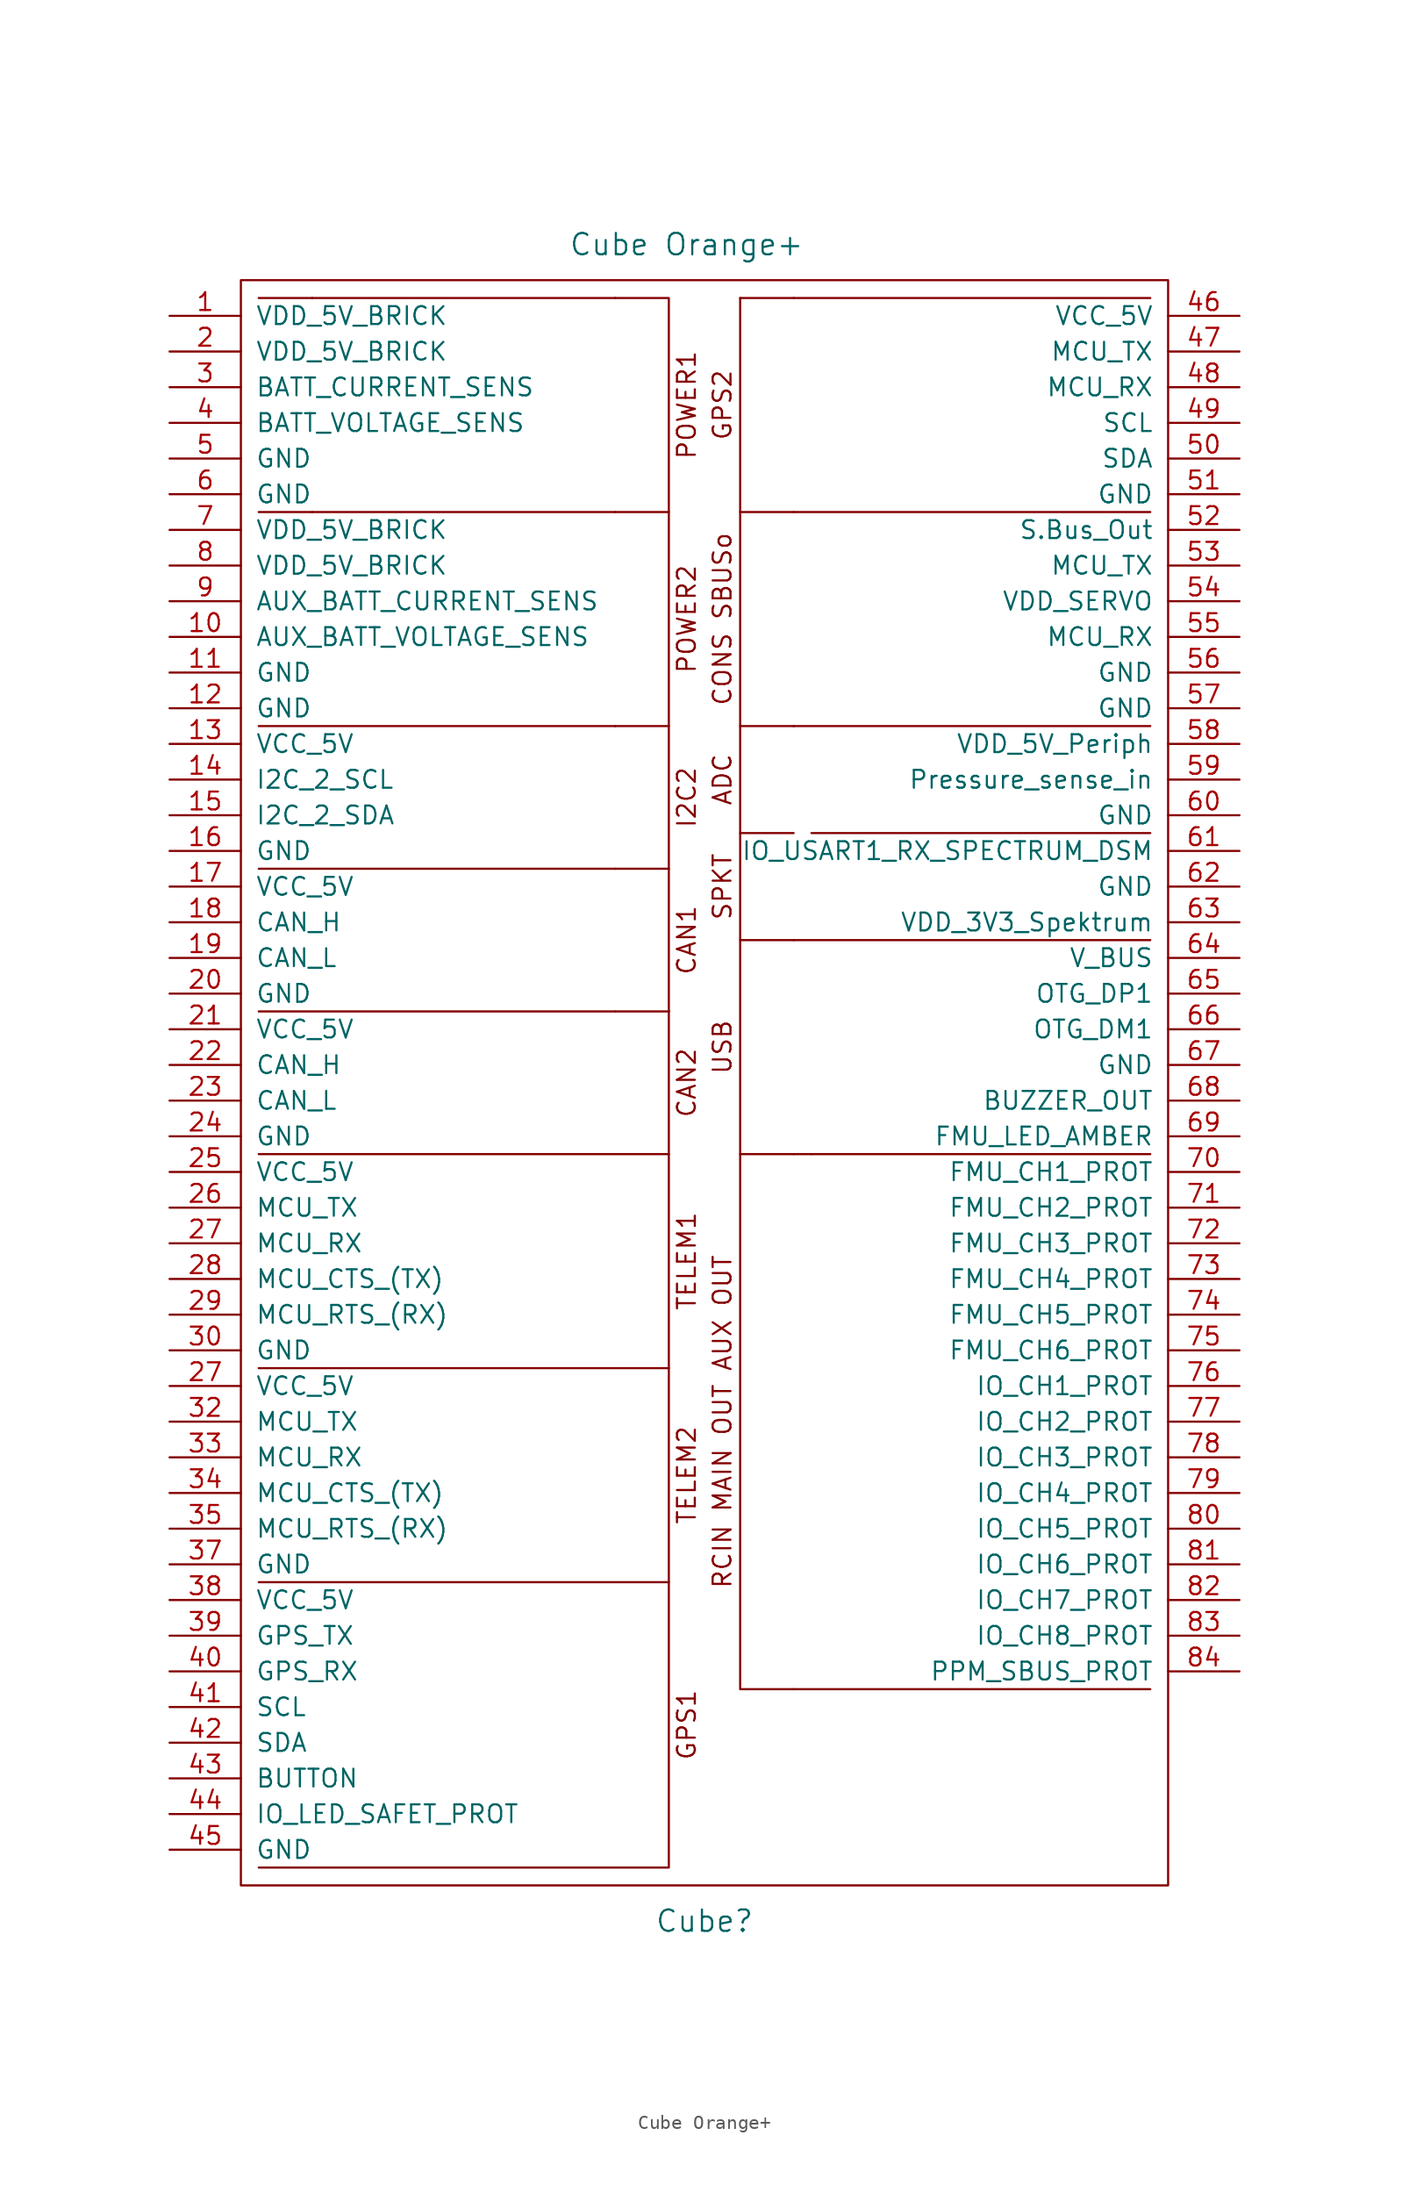
<source format=kicad_sym>
(kicad_symbol_lib
  (version 20231120)
  (generator "kicad_symbol_editor")
  (generator_version "8.0")
  (symbol "Cube Orange+"
    (pin_names
      (offset 1.016))
    (property "Reference" "Cube"
      (at 0 -66.04 0)
      (effects (font (size 1.524 1.524))))
    (property "Value" "Cube Orange+"
      (at -1.27 53.34 0)
      (effects (font (size 1.524 1.524))))
    (symbol "Cube Orange+_0_1"
      (rectangle (start -33.02 50.8) (end 33.02 -63.5) (stroke (width 0) (type solid)) (fill (type none)))
      (polyline (pts (xy -6.35 -1.27) (xy -2.54 -1.27)) (stroke (width 0) (type default)) (fill (type none)))
      (polyline (pts (xy 2.54 49.53) (xy 6.35 49.53)) (stroke (width 0) (type default)) (fill (type none)))
      (polyline (pts (xy -2.54 -41.91) (xy -2.54 -62.23) (xy -31.75 -62.23)) (stroke (width 0) (type default)) (fill (type none)))
      (polyline (pts (xy -2.54 -26.67) (xy -2.54 -41.91) (xy -31.75 -41.91)) (stroke (width 0) (type default)) (fill (type none)))
      (polyline (pts (xy -2.54 -11.43) (xy -2.54 -26.67) (xy -31.75 -26.67)) (stroke (width 0) (type default)) (fill (type none)))
      (polyline (pts (xy -2.54 -1.27) (xy -2.54 -11.43) (xy -31.75 -11.43)) (stroke (width 0) (type default)) (fill (type none)))
      (polyline (pts (xy -2.54 -1.27) (xy -2.54 8.89) (xy -6.35 8.89)) (stroke (width 0) (type default)) (fill (type none)))
      (polyline (pts (xy -2.54 8.89) (xy -2.54 19.05) (xy -6.35 19.05)) (stroke (width 0) (type default)) (fill (type none)))
      (polyline (pts (xy -2.54 19.05) (xy -2.54 34.29) (xy -6.35 34.29)) (stroke (width 0) (type default)) (fill (type none)))
      (polyline (pts (xy 2.54 -11.43) (xy 2.54 -49.53) (xy 6.35 -49.53)) (stroke (width 0) (type default)) (fill (type none)))
      (polyline (pts (xy 2.54 3.81) (xy 2.54 -11.43) (xy 6.35 -11.43)) (stroke (width 0) (type default)) (fill (type none)))
      (polyline (pts (xy 2.54 11.43) (xy 2.54 3.81) (xy 6.35 3.81)) (stroke (width 0) (type default)) (fill (type none)))
      (polyline (pts (xy 2.54 19.05) (xy 2.54 11.43) (xy 6.35 11.43)) (stroke (width 0) (type default)) (fill (type none)))
      (polyline (pts (xy 2.54 34.29) (xy 2.54 19.05) (xy 6.35 19.05)) (stroke (width 0) (type default)) (fill (type none)))
      (polyline (pts (xy 2.54 49.53) (xy 2.54 34.29) (xy 6.35 34.29)) (stroke (width 0) (type default)) (fill (type none)))
      (polyline (pts (xy -2.54 34.29) (xy -2.54 49.53) (xy -5.08 49.53) (xy -6.35 49.53)) (stroke (width 0) (type default)) (fill (type none))))
    (symbol "Cube Orange+_1_1"
      (polyline (pts (xy -27.94 34.29) (xy -31.75 34.29)) (stroke (width 0) (type default)) (fill (type none)))
      (polyline (pts (xy -27.94 49.53) (xy -31.75 49.53)) (stroke (width 0) (type default)) (fill (type none)))
      (polyline (pts (xy -6.35 -1.27) (xy -31.75 -1.27)) (stroke (width 0) (type default)) (fill (type none)))
      (polyline (pts (xy -6.35 8.89) (xy -31.75 8.89)) (stroke (width 0) (type default)) (fill (type none)))
      (polyline (pts (xy -6.35 19.05) (xy -31.75 19.05)) (stroke (width 0) (type default)) (fill (type none)))
      (polyline (pts (xy -6.35 34.29) (xy -27.94 34.29)) (stroke (width 0) (type default)) (fill (type none)))
      (polyline (pts (xy -6.35 49.53) (xy -27.94 49.53)) (stroke (width 0) (type default)) (fill (type none)))
      (polyline (pts (xy 6.35 -49.53) (xy 31.75 -49.53)) (stroke (width 0) (type default)) (fill (type none)))
      (polyline (pts (xy 6.35 3.81) (xy 31.75 3.81)) (stroke (width 0) (type default)) (fill (type none)))
      (polyline (pts (xy 6.35 19.05) (xy 31.75 19.05)) (stroke (width 0) (type default)) (fill (type none)))
      (polyline (pts (xy 6.35 34.29) (xy 31.75 34.29)) (stroke (width 0) (type default)) (fill (type none)))
      (polyline (pts (xy 6.35 49.53) (xy 31.75 49.53)) (stroke (width 0) (type default)) (fill (type none)))
      (polyline (pts (xy 7.62 -11.43) (xy 6.35 -11.43)) (stroke (width 0) (type default)) (fill (type none)))
      (polyline (pts (xy 7.62 11.43) (xy 31.75 11.43)) (stroke (width 0) (type default)) (fill (type none)))
      (polyline (pts (xy 7.62 -11.43) (xy 31.75 -11.43) (xy 30.48 -11.43) (xy 31.75 -11.43)) (stroke (width 0) (type default)) (fill (type none)))
      (text "ADC" (at 1.27 15.24 900) (effects (font (size 1.27 1.27))))
      (text "CAN1" (at -1.27 3.81 900) (effects (font (size 1.27 1.27))))
      (text "CAN2" (at -1.27 -6.35 900) (effects (font (size 1.27 1.27))))
      (text "CONS SBUSo" (at 1.27 26.67 900) (effects (font (size 1.27 1.27))))
      (text "GPS1" (at -1.27 -52.07 900) (effects (font (size 1.27 1.27))))
      (text "GPS2" (at 1.27 41.91 900) (effects (font (size 1.27 1.27))))
      (text "I2C2" (at -1.27 13.97 900) (effects (font (size 1.27 1.27))))
      (text "POWER1" (at -1.27 41.91 900) (effects (font (size 1.27 1.27))))
      (text "POWER2" (at -1.27 26.67 900) (effects (font (size 1.27 1.27))))
      (text "RCIN MAIN OUT AUX OUT" (at 1.27 -30.48 900) (effects (font (size 1.27 1.27))))
      (text "SPKT" (at 1.27 7.62 900) (effects (font (size 1.27 1.27))))
      (text "TELEM1" (at -1.27 -19.05 900) (effects (font (size 1.27 1.27))))
      (text "TELEM2" (at -1.27 -34.29 900) (effects (font (size 1.27 1.27))))
      (text "USB" (at 1.27 -3.81 900) (effects (font (size 1.27 1.27))))
      (pin input line (at -38.1 48.26 0) (length 5.08) (name "VDD_5V_BRICK" (effects (font (size 1.27 1.27)))) (number "1" (effects (font (size 1.27 1.27)))))
      (pin input line (at -38.1 25.4 0) (length 5.08) (name "AUX_BATT_VOLTAGE_SENS" (effects (font (size 1.27 1.27)))) (number "10" (effects (font (size 1.27 1.27)))))
      (pin unspecified line (at -38.1 22.86 0) (length 5.08) (name "GND" (effects (font (size 1.27 1.27)))) (number "11" (effects (font (size 1.27 1.27)))))
      (pin unspecified line (at -38.1 20.32 0) (length 5.08) (name "GND" (effects (font (size 1.27 1.27)))) (number "12" (effects (font (size 1.27 1.27)))))
      (pin output line (at -38.1 17.78 0) (length 5.08) (name "VCC_5V" (effects (font (size 1.27 1.27)))) (number "13" (effects (font (size 1.27 1.27)))))
      (pin bidirectional line (at -38.1 15.24 0) (length 5.08) (name "I2C_2_SCL" (effects (font (size 1.27 1.27)))) (number "14" (effects (font (size 1.27 1.27)))))
      (pin bidirectional line (at -38.1 12.7 0) (length 5.08) (name "I2C_2_SDA" (effects (font (size 1.27 1.27)))) (number "15" (effects (font (size 1.27 1.27)))))
      (pin unspecified line (at -38.1 10.16 0) (length 5.08) (name "GND" (effects (font (size 1.27 1.27)))) (number "16" (effects (font (size 1.27 1.27)))))
      (pin output line (at -38.1 7.62 0) (length 5.08) (name "VCC_5V" (effects (font (size 1.27 1.27)))) (number "17" (effects (font (size 1.27 1.27)))))
      (pin bidirectional line (at -38.1 5.08 0) (length 5.08) (name "CAN_H" (effects (font (size 1.27 1.27)))) (number "18" (effects (font (size 1.27 1.27)))))
      (pin bidirectional line (at -38.1 2.54 0) (length 5.08) (name "CAN_L" (effects (font (size 1.27 1.27)))) (number "19" (effects (font (size 1.27 1.27)))))
      (pin input line (at -38.1 45.72 0) (length 5.08) (name "VDD_5V_BRICK" (effects (font (size 1.27 1.27)))) (number "2" (effects (font (size 1.27 1.27)))))
      (pin unspecified line (at -38.1 0 0) (length 5.08) (name "GND" (effects (font (size 1.27 1.27)))) (number "20" (effects (font (size 1.27 1.27)))))
      (pin output line (at -38.1 -2.54 0) (length 5.08) (name "VCC_5V" (effects (font (size 1.27 1.27)))) (number "21" (effects (font (size 1.27 1.27)))))
      (pin bidirectional line (at -38.1 -5.08 0) (length 5.08) (name "CAN_H" (effects (font (size 1.27 1.27)))) (number "22" (effects (font (size 1.27 1.27)))))
      (pin bidirectional line (at -38.1 -7.62 0) (length 5.08) (name "CAN_L" (effects (font (size 1.27 1.27)))) (number "23" (effects (font (size 1.27 1.27)))))
      (pin unspecified line (at -38.1 -10.16 0) (length 5.08) (name "GND" (effects (font (size 1.27 1.27)))) (number "24" (effects (font (size 1.27 1.27)))))
      (pin output line (at -38.1 -12.7 0) (length 5.08) (name "VCC_5V" (effects (font (size 1.27 1.27)))) (number "25" (effects (font (size 1.27 1.27)))))
      (pin output line (at -38.1 -15.24 0) (length 5.08) (name "MCU_TX" (effects (font (size 1.27 1.27)))) (number "26" (effects (font (size 1.27 1.27)))))
      (pin input line (at -38.1 -17.78 0) (length 5.08) (name "MCU_RX" (effects (font (size 1.27 1.27)))) (number "27" (effects (font (size 1.27 1.27)))))
      (pin input line (at -38.1 -27.94 0) (length 5.08) (name "VCC_5V" (effects (font (size 1.27 1.27)))) (number "27" (effects (font (size 1.27 1.27)))))
      (pin output line (at -38.1 -20.32 0) (length 5.08) (name "MCU_CTS_(TX)" (effects (font (size 1.27 1.27)))) (number "28" (effects (font (size 1.27 1.27)))))
      (pin input line (at -38.1 -22.86 0) (length 5.08) (name "MCU_RTS_(RX)" (effects (font (size 1.27 1.27)))) (number "29" (effects (font (size 1.27 1.27)))))
      (pin input line (at -38.1 43.18 0) (length 5.08) (name "BATT_CURRENT_SENS" (effects (font (size 1.27 1.27)))) (number "3" (effects (font (size 1.27 1.27)))))
      (pin unspecified line (at -38.1 -25.4 0) (length 5.08) (name "GND" (effects (font (size 1.27 1.27)))) (number "30" (effects (font (size 1.27 1.27)))))
      (pin input line (at -38.1 -30.48 0) (length 5.08) (name "MCU_TX" (effects (font (size 1.27 1.27)))) (number "32" (effects (font (size 1.27 1.27)))))
      (pin output line (at -38.1 -33.02 0) (length 5.08) (name "MCU_RX" (effects (font (size 1.27 1.27)))) (number "33" (effects (font (size 1.27 1.27)))))
      (pin input line (at -38.1 -35.56 0) (length 5.08) (name "MCU_CTS_(TX)" (effects (font (size 1.27 1.27)))) (number "34" (effects (font (size 1.27 1.27)))))
      (pin bidirectional line (at -38.1 -38.1 0) (length 5.08) (name "MCU_RTS_(RX)" (effects (font (size 1.27 1.27)))) (number "35" (effects (font (size 1.27 1.27)))))
      (pin output line (at -38.1 -40.64 0) (length 5.08) (name "GND" (effects (font (size 1.27 1.27)))) (number "37" (effects (font (size 1.27 1.27)))))
      (pin output line (at -38.1 -43.18 0) (length 5.08) (name "VCC_5V" (effects (font (size 1.27 1.27)))) (number "38" (effects (font (size 1.27 1.27)))))
      (pin unspecified line (at -38.1 -45.72 0) (length 5.08) (name "GPS_TX" (effects (font (size 1.27 1.27)))) (number "39" (effects (font (size 1.27 1.27)))))
      (pin input line (at -38.1 40.64 0) (length 5.08) (name "BATT_VOLTAGE_SENS" (effects (font (size 1.27 1.27)))) (number "4" (effects (font (size 1.27 1.27)))))
      (pin output line (at -38.1 -48.26 0) (length 5.08) (name "GPS_RX" (effects (font (size 1.27 1.27)))) (number "40" (effects (font (size 1.27 1.27)))))
      (pin output line (at -38.1 -50.8 0) (length 5.08) (name "SCL" (effects (font (size 1.27 1.27)))) (number "41" (effects (font (size 1.27 1.27)))))
      (pin input line (at -38.1 -53.34 0) (length 5.08) (name "SDA" (effects (font (size 1.27 1.27)))) (number "42" (effects (font (size 1.27 1.27)))))
      (pin output line (at -38.1 -55.88 0) (length 5.08) (name "BUTTON" (effects (font (size 1.27 1.27)))) (number "43" (effects (font (size 1.27 1.27)))))
      (pin input line (at -38.1 -58.42 0) (length 5.08) (name "IO_LED_SAFET_PROT" (effects (font (size 1.27 1.27)))) (number "44" (effects (font (size 1.27 1.27)))))
      (pin unspecified line (at -38.1 -60.96 0) (length 5.08) (name "GND" (effects (font (size 1.27 1.27)))) (number "45" (effects (font (size 1.27 1.27)))))
      (pin output line (at 38.1 48.26 180) (length 5.08) (name "VCC_5V" (effects (font (size 1.27 1.27)))) (number "46" (effects (font (size 1.27 1.27)))))
      (pin output line (at 38.1 45.72 180) (length 5.08) (name "MCU_TX" (effects (font (size 1.27 1.27)))) (number "47" (effects (font (size 1.27 1.27)))))
      (pin input line (at 38.1 43.18 180) (length 5.08) (name "MCU_RX" (effects (font (size 1.27 1.27)))) (number "48" (effects (font (size 1.27 1.27)))))
      (pin output line (at 38.1 40.64 180) (length 5.08) (name "SCL" (effects (font (size 1.27 1.27)))) (number "49" (effects (font (size 1.27 1.27)))))
      (pin unspecified line (at -38.1 38.1 0) (length 5.08) (name "GND" (effects (font (size 1.27 1.27)))) (number "5" (effects (font (size 1.27 1.27)))))
      (pin unspecified line (at 38.1 38.1 180) (length 5.08) (name "SDA" (effects (font (size 1.27 1.27)))) (number "50" (effects (font (size 1.27 1.27)))))
      (pin unspecified line (at 38.1 35.56 180) (length 5.08) (name "GND" (effects (font (size 1.27 1.27)))) (number "51" (effects (font (size 1.27 1.27)))))
      (pin output line (at 38.1 33.02 180) (length 5.08) (name "S.Bus_Out" (effects (font (size 1.27 1.27)))) (number "52" (effects (font (size 1.27 1.27)))))
      (pin output line (at 38.1 30.48 180) (length 5.08) (name "MCU_TX" (effects (font (size 1.27 1.27)))) (number "53" (effects (font (size 1.27 1.27)))))
      (pin input line (at 38.1 27.94 180) (length 5.08) (name "VDD_SERVO" (effects (font (size 1.27 1.27)))) (number "54" (effects (font (size 1.27 1.27)))))
      (pin bidirectional line (at 38.1 25.4 180) (length 5.08) (name "MCU_RX" (effects (font (size 1.27 1.27)))) (number "55" (effects (font (size 1.27 1.27)))))
      (pin bidirectional line (at 38.1 22.86 180) (length 5.08) (name "GND" (effects (font (size 1.27 1.27)))) (number "56" (effects (font (size 1.27 1.27)))))
      (pin unspecified line (at 38.1 20.32 180) (length 5.08) (name "GND" (effects (font (size 1.27 1.27)))) (number "57" (effects (font (size 1.27 1.27)))))
      (pin output line (at 38.1 17.78 180) (length 5.08) (name "VDD_5V_Periph" (effects (font (size 1.27 1.27)))) (number "58" (effects (font (size 1.27 1.27)))))
      (pin input line (at 38.1 15.24 180) (length 5.08) (name "Pressure_sense_in" (effects (font (size 1.27 1.27)))) (number "59" (effects (font (size 1.27 1.27)))))
      (pin unspecified line (at -38.1 35.56 0) (length 5.08) (name "GND" (effects (font (size 1.27 1.27)))) (number "6" (effects (font (size 1.27 1.27)))))
      (pin unspecified line (at 38.1 12.7 180) (length 5.08) (name "GND" (effects (font (size 1.27 1.27)))) (number "60" (effects (font (size 1.27 1.27)))))
      (pin input line (at 38.1 10.16 180) (length 5.08) (name "IO_USART1_RX_SPECTRUM_DSM" (effects (font (size 1.27 1.27)))) (number "61" (effects (font (size 1.27 1.27)))))
      (pin unspecified line (at 38.1 7.62 180) (length 5.08) (name "GND" (effects (font (size 1.27 1.27)))) (number "62" (effects (font (size 1.27 1.27)))))
      (pin output line (at 38.1 5.08 180) (length 5.08) (name "VDD_3V3_Spektrum" (effects (font (size 1.27 1.27)))) (number "63" (effects (font (size 1.27 1.27)))))
      (pin output line (at 38.1 2.54 180) (length 5.08) (name "V_BUS" (effects (font (size 1.27 1.27)))) (number "64" (effects (font (size 1.27 1.27)))))
      (pin bidirectional line (at 38.1 0 180) (length 5.08) (name "OTG_DP1" (effects (font (size 1.27 1.27)))) (number "65" (effects (font (size 1.27 1.27)))))
      (pin bidirectional line (at 38.1 -2.54 180) (length 5.08) (name "OTG_DM1" (effects (font (size 1.27 1.27)))) (number "66" (effects (font (size 1.27 1.27)))))
      (pin unspecified line (at 38.1 -5.08 180) (length 5.08) (name "GND" (effects (font (size 1.27 1.27)))) (number "67" (effects (font (size 1.27 1.27)))))
      (pin output line (at 38.1 -7.62 180) (length 5.08) (name "BUZZER_OUT" (effects (font (size 1.27 1.27)))) (number "68" (effects (font (size 1.27 1.27)))))
      (pin output line (at 38.1 -10.16 180) (length 5.08) (name "FMU_LED_AMBER" (effects (font (size 1.27 1.27)))) (number "69" (effects (font (size 1.27 1.27)))))
      (pin input line (at -38.1 33.02 0) (length 5.08) (name "VDD_5V_BRICK" (effects (font (size 1.27 1.27)))) (number "7" (effects (font (size 1.27 1.27)))))
      (pin output line (at 38.1 -12.7 180) (length 5.08) (name "FMU_CH1_PROT" (effects (font (size 1.27 1.27)))) (number "70" (effects (font (size 1.27 1.27)))))
      (pin output line (at 38.1 -15.24 180) (length 5.08) (name "FMU_CH2_PROT" (effects (font (size 1.27 1.27)))) (number "71" (effects (font (size 1.27 1.27)))))
      (pin output line (at 38.1 -17.78 180) (length 5.08) (name "FMU_CH3_PROT" (effects (font (size 1.27 1.27)))) (number "72" (effects (font (size 1.27 1.27)))))
      (pin output line (at 38.1 -20.32 180) (length 5.08) (name "FMU_CH4_PROT" (effects (font (size 1.27 1.27)))) (number "73" (effects (font (size 1.27 1.27)))))
      (pin output line (at 38.1 -22.86 180) (length 5.08) (name "FMU_CH5_PROT" (effects (font (size 1.27 1.27)))) (number "74" (effects (font (size 1.27 1.27)))))
      (pin output line (at 38.1 -25.4 180) (length 5.08) (name "FMU_CH6_PROT" (effects (font (size 1.27 1.27)))) (number "75" (effects (font (size 1.27 1.27)))))
      (pin output line (at 38.1 -27.94 180) (length 5.08) (name "IO_CH1_PROT" (effects (font (size 1.27 1.27)))) (number "76" (effects (font (size 1.27 1.27)))))
      (pin output line (at 38.1 -30.48 180) (length 5.08) (name "IO_CH2_PROT" (effects (font (size 1.27 1.27)))) (number "77" (effects (font (size 1.27 1.27)))))
      (pin output line (at 38.1 -33.02 180) (length 5.08) (name "IO_CH3_PROT" (effects (font (size 1.27 1.27)))) (number "78" (effects (font (size 1.27 1.27)))))
      (pin output line (at 38.1 -35.56 180) (length 5.08) (name "IO_CH4_PROT" (effects (font (size 1.27 1.27)))) (number "79" (effects (font (size 1.27 1.27)))))
      (pin input line (at -38.1 30.48 0) (length 5.08) (name "VDD_5V_BRICK" (effects (font (size 1.27 1.27)))) (number "8" (effects (font (size 1.27 1.27)))))
      (pin output line (at 38.1 -38.1 180) (length 5.08) (name "IO_CH5_PROT" (effects (font (size 1.27 1.27)))) (number "80" (effects (font (size 1.27 1.27)))))
      (pin output line (at 38.1 -40.64 180) (length 5.08) (name "IO_CH6_PROT" (effects (font (size 1.27 1.27)))) (number "81" (effects (font (size 1.27 1.27)))))
      (pin output line (at 38.1 -43.18 180) (length 5.08) (name "IO_CH7_PROT" (effects (font (size 1.27 1.27)))) (number "82" (effects (font (size 1.27 1.27)))))
      (pin output line (at 38.1 -45.72 180) (length 5.08) (name "IO_CH8_PROT" (effects (font (size 1.27 1.27)))) (number "83" (effects (font (size 1.27 1.27)))))
      (pin bidirectional line (at 38.1 -48.26 180) (length 5.08) (name "PPM_SBUS_PROT" (effects (font (size 1.27 1.27)))) (number "84" (effects (font (size 1.27 1.27)))))
      (pin input line (at -38.1 27.94 0) (length 5.08) (name "AUX_BATT_CURRENT_SENS" (effects (font (size 1.27 1.27)))) (number "9" (effects (font (size 1.27 1.27))))))))
</source>
